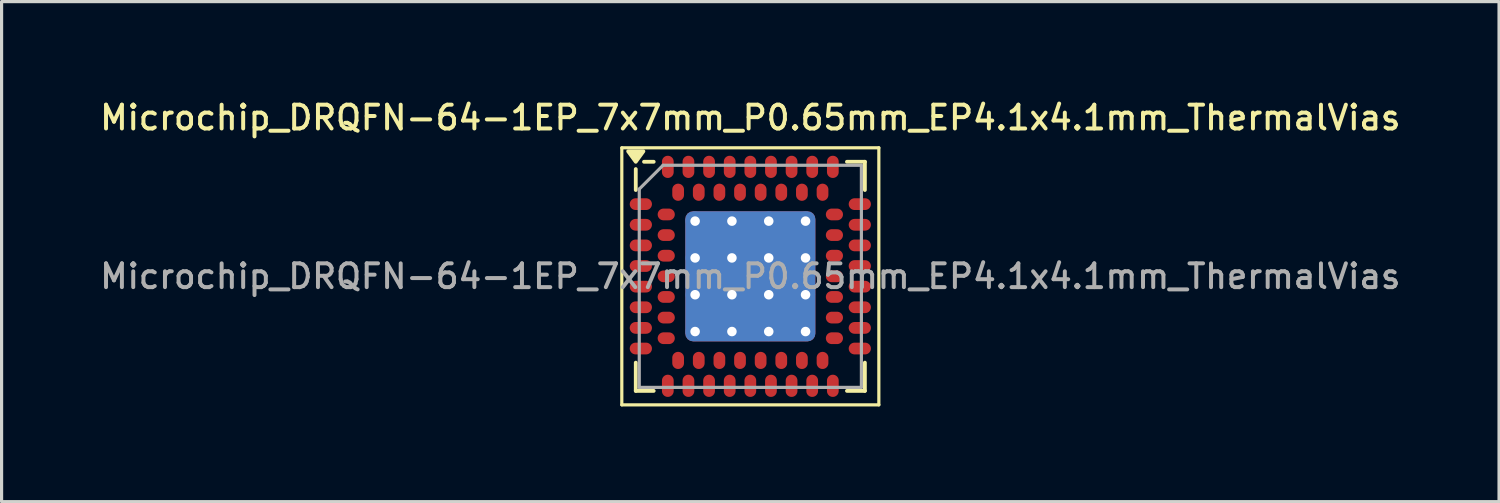
<source format=kicad_pcb>
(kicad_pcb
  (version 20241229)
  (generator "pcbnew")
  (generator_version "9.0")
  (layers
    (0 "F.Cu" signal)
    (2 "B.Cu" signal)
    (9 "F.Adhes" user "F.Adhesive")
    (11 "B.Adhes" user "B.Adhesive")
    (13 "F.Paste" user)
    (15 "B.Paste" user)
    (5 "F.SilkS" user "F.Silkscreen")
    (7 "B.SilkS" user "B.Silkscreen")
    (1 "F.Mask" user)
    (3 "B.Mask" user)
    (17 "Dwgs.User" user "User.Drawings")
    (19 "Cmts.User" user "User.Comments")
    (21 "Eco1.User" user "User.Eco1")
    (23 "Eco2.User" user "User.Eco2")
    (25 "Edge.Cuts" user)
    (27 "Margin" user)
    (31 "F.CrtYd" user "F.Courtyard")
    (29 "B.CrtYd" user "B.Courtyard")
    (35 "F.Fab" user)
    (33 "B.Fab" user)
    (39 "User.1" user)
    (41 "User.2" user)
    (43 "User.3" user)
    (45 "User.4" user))
  (footprint "Microchip_DRQFN-64-1EP_7x7mm_P0.65mm_EP4.1x4.1mm_ThermalVias"
    (layer "F.Cu")
    (at 20.595 5.658)
    (property "Reference" "Microchip_DRQFN-64-1EP_7x7mm_P0.65mm_EP4.1x4.1mm_ThermalVias" (at 0 -5 0) (layer "F.SilkS") (effects (font (size 0.75 0.75) (thickness 0.125))))
    (attr smd)
    (fp_line (start -4.05 -4.05) (end 4.05 -4.05) (stroke (width 0.1) (type solid)) (layer "F.SilkS"))
    (fp_line (start -4.05 4.05) (end -4.05 -4.05) (stroke (width 0.1) (type solid)) (layer "F.SilkS"))
    (fp_line (start -3.61 -3.38) (end -3.61 -2.72) (stroke (width 0.12) (type solid)) (layer "F.SilkS"))
    (fp_line (start -3.61 3.61) (end -3.61 2.72) (stroke (width 0.12) (type solid)) (layer "F.SilkS"))
    (fp_line (start -3.045 -3.61) (end -3.35 -3.61) (stroke (width 0.12) (type solid)) (layer "F.SilkS"))
    (fp_line (start -3.045 3.61) (end -3.61 3.61) (stroke (width 0.12) (type solid)) (layer "F.SilkS"))
    (fp_line (start 3.045 -3.61) (end 3.61 -3.61) (stroke (width 0.12) (type solid)) (layer "F.SilkS"))
    (fp_line (start 3.61 -3.61) (end 3.61 -2.72) (stroke (width 0.12) (type solid)) (layer "F.SilkS"))
    (fp_line (start 3.61 2.72) (end 3.61 3.61) (stroke (width 0.12) (type solid)) (layer "F.SilkS"))
    (fp_line (start 3.61 3.61) (end 3.045 3.61) (stroke (width 0.12) (type solid)) (layer "F.SilkS"))
    (fp_line (start 4.05 -4.05) (end 4.05 4.05) (stroke (width 0.1) (type solid)) (layer "F.SilkS"))
    (fp_line (start 4.05 4.05) (end -4.05 4.05) (stroke (width 0.1) (type solid)) (layer "F.SilkS"))
    (fp_poly (pts (xy -3.61 -3.61) (xy -3.85 -3.94) (xy -3.37 -3.94) (xy -3.61 -3.61)) (stroke (width 0.12) (type solid)) (fill yes) (layer "F.SilkS"))
    (fp_line (start -3.5 -2.75) (end -2.75 -3.5) (stroke (width 0.1) (type solid)) (layer "F.Fab"))
    (fp_line (start -3.5 3.5) (end -3.5 -2.75) (stroke (width 0.1) (type solid)) (layer "F.Fab"))
    (fp_line (start -2.75 -3.5) (end 3.5 -3.5) (stroke (width 0.1) (type solid)) (layer "F.Fab"))
    (fp_line (start 3.5 -3.5) (end 3.5 3.5) (stroke (width 0.1) (type solid)) (layer "F.Fab"))
    (fp_line (start 3.5 3.5) (end -3.5 3.5) (stroke (width 0.1) (type solid)) (layer "F.Fab"))
    (fp_text user "${REFERENCE}" (at 0 0 0) (layer "F.Fab") (effects (font (size 0.75 0.75) (thickness 0.125))))
    (pad "" smd roundrect (at -1.16 -1.16) (size 0.75 0.75) (layers "F.Paste") (roundrect_rratio 0.25))
    (pad "" smd roundrect (at -1.16 0) (size 0.75 0.75) (layers "F.Paste") (roundrect_rratio 0.25))
    (pad "" smd roundrect (at -1.16 1.16) (size 0.75 0.75) (layers "F.Paste") (roundrect_rratio 0.25))
    (pad "" smd roundrect (at 0 -1.16) (size 0.75 0.75) (layers "F.Paste") (roundrect_rratio 0.25))
    (pad "" smd roundrect (at 0 0) (size 0.75 0.75) (layers "F.Paste") (roundrect_rratio 0.25))
    (pad "" smd roundrect (at 0 1.16) (size 0.75 0.75) (layers "F.Paste") (roundrect_rratio 0.25))
    (pad "" smd roundrect (at 1.16 -1.16) (size 0.75 0.75) (layers "F.Paste") (roundrect_rratio 0.25))
    (pad "" smd roundrect (at 1.16 0) (size 0.75 0.75) (layers "F.Paste") (roundrect_rratio 0.25))
    (pad "" smd roundrect (at 1.16 1.16) (size 0.75 0.75) (layers "F.Paste") (roundrect_rratio 0.25))
    (pad "A1" smd oval (at -3.45 -2.275) (size 0.7 0.37) (layers "F.Cu" "F.Mask" "F.Paste"))
    (pad "A2" smd oval (at -3.45 -1.625) (size 0.7 0.37) (layers "F.Cu" "F.Mask" "F.Paste"))
    (pad "A3" smd oval (at -3.45 -0.975) (size 0.7 0.37) (layers "F.Cu" "F.Mask" "F.Paste"))
    (pad "A4" smd oval (at -3.45 -0.325) (size 0.7 0.37) (layers "F.Cu" "F.Mask" "F.Paste"))
    (pad "A5" smd oval (at -3.45 0.325) (size 0.7 0.37) (layers "F.Cu" "F.Mask" "F.Paste"))
    (pad "A6" smd oval (at -3.45 0.975) (size 0.7 0.37) (layers "F.Cu" "F.Mask" "F.Paste"))
    (pad "A7" smd oval (at -3.45 1.625) (size 0.7 0.37) (layers "F.Cu" "F.Mask" "F.Paste"))
    (pad "A8" smd oval (at -3.45 2.275) (size 0.7 0.37) (layers "F.Cu" "F.Mask" "F.Paste"))
    (pad "A9" smd oval (at -2.6 3.45) (size 0.37 0.7) (layers "F.Cu" "F.Mask" "F.Paste"))
    (pad "A10" smd oval (at -1.95 3.45) (size 0.37 0.7) (layers "F.Cu" "F.Mask" "F.Paste"))
    (pad "A11" smd oval (at -1.3 3.45) (size 0.37 0.7) (layers "F.Cu" "F.Mask" "F.Paste"))
    (pad "A12" smd oval (at -0.65 3.45) (size 0.37 0.7) (layers "F.Cu" "F.Mask" "F.Paste"))
    (pad "A13" smd oval (at 0 3.45) (size 0.37 0.7) (layers "F.Cu" "F.Mask" "F.Paste"))
    (pad "A14" smd oval (at 0.65 3.45) (size 0.37 0.7) (layers "F.Cu" "F.Mask" "F.Paste"))
    (pad "A15" smd oval (at 1.3 3.45) (size 0.37 0.7) (layers "F.Cu" "F.Mask" "F.Paste"))
    (pad "A16" smd oval (at 1.95 3.45) (size 0.37 0.7) (layers "F.Cu" "F.Mask" "F.Paste"))
    (pad "A17" smd oval (at 2.6 3.45) (size 0.37 0.7) (layers "F.Cu" "F.Mask" "F.Paste"))
    (pad "A18" smd oval (at 3.45 2.275) (size 0.7 0.37) (layers "F.Cu" "F.Mask" "F.Paste"))
    (pad "A19" smd oval (at 3.45 1.625) (size 0.7 0.37) (layers "F.Cu" "F.Mask" "F.Paste"))
    (pad "A20" smd oval (at 3.45 0.975) (size 0.7 0.37) (layers "F.Cu" "F.Mask" "F.Paste"))
    (pad "A21" smd oval (at 3.45 0.325) (size 0.7 0.37) (layers "F.Cu" "F.Mask" "F.Paste"))
    (pad "A22" smd oval (at 3.45 -0.325) (size 0.7 0.37) (layers "F.Cu" "F.Mask" "F.Paste"))
    (pad "A23" smd oval (at 3.45 -0.975) (size 0.7 0.37) (layers "F.Cu" "F.Mask" "F.Paste"))
    (pad "A24" smd oval (at 3.45 -1.625) (size 0.7 0.37) (layers "F.Cu" "F.Mask" "F.Paste"))
    (pad "A25" smd oval (at 3.45 -2.275) (size 0.7 0.37) (layers "F.Cu" "F.Mask" "F.Paste"))
    (pad "A26" smd oval (at 2.6 -3.45) (size 0.37 0.7) (layers "F.Cu" "F.Mask" "F.Paste"))
    (pad "A27" smd oval (at 1.95 -3.45) (size 0.37 0.7) (layers "F.Cu" "F.Mask" "F.Paste"))
    (pad "A28" smd oval (at 1.3 -3.45) (size 0.37 0.7) (layers "F.Cu" "F.Mask" "F.Paste"))
    (pad "A29" smd oval (at 0.65 -3.45) (size 0.37 0.7) (layers "F.Cu" "F.Mask" "F.Paste"))
    (pad "A30" smd oval (at 0 -3.45) (size 0.37 0.7) (layers "F.Cu" "F.Mask" "F.Paste"))
    (pad "A31" smd oval (at -0.65 -3.45) (size 0.37 0.7) (layers "F.Cu" "F.Mask" "F.Paste"))
    (pad "A32" smd oval (at -1.3 -3.45) (size 0.37 0.7) (layers "F.Cu" "F.Mask" "F.Paste"))
    (pad "A33" smd oval (at -1.95 -3.45) (size 0.37 0.7) (layers "F.Cu" "F.Mask" "F.Paste"))
    (pad "A34" smd oval (at -2.6 -3.45) (size 0.37 0.7) (layers "F.Cu" "F.Mask" "F.Paste"))
    (pad "B1" smd oval (at -2.65 -1.95) (size 0.54 0.37) (layers "F.Cu" "F.Mask" "F.Paste"))
    (pad "B2" smd oval (at -2.65 -1.3) (size 0.54 0.37) (layers "F.Cu" "F.Mask" "F.Paste"))
    (pad "B3" smd oval (at -2.65 -0.65) (size 0.54 0.37) (layers "F.Cu" "F.Mask" "F.Paste"))
    (pad "B4" smd oval (at -2.65 0) (size 0.54 0.37) (layers "F.Cu" "F.Mask" "F.Paste"))
    (pad "B5" smd oval (at -2.65 0.65) (size 0.54 0.37) (layers "F.Cu" "F.Mask" "F.Paste"))
    (pad "B6" smd oval (at -2.65 1.3) (size 0.54 0.37) (layers "F.Cu" "F.Mask" "F.Paste"))
    (pad "B7" smd oval (at -2.65 1.95) (size 0.54 0.37) (layers "F.Cu" "F.Mask" "F.Paste"))
    (pad "B8" smd oval (at -2.275 2.65) (size 0.37 0.54) (layers "F.Cu" "F.Mask" "F.Paste"))
    (pad "B9" smd oval (at -1.625 2.65) (size 0.37 0.54) (layers "F.Cu" "F.Mask" "F.Paste"))
    (pad "B10" smd oval (at -0.975 2.65) (size 0.37 0.54) (layers "F.Cu" "F.Mask" "F.Paste"))
    (pad "B11" smd oval (at -0.325 2.65) (size 0.37 0.54) (layers "F.Cu" "F.Mask" "F.Paste"))
    (pad "B12" smd oval (at 0.325 2.65) (size 0.37 0.54) (layers "F.Cu" "F.Mask" "F.Paste"))
    (pad "B13" smd oval (at 0.975 2.65) (size 0.37 0.54) (layers "F.Cu" "F.Mask" "F.Paste"))
    (pad "B14" smd oval (at 1.625 2.65) (size 0.37 0.54) (layers "F.Cu" "F.Mask" "F.Paste"))
    (pad "B15" smd oval (at 2.275 2.65) (size 0.37 0.54) (layers "F.Cu" "F.Mask" "F.Paste"))
    (pad "B16" smd oval (at 2.65 1.95) (size 0.54 0.37) (layers "F.Cu" "F.Mask" "F.Paste"))
    (pad "B17" smd oval (at 2.65 1.3) (size 0.54 0.37) (layers "F.Cu" "F.Mask" "F.Paste"))
    (pad "B18" smd oval (at 2.65 0.65) (size 0.54 0.37) (layers "F.Cu" "F.Mask" "F.Paste"))
    (pad "B19" smd oval (at 2.65 0) (size 0.54 0.37) (layers "F.Cu" "F.Mask" "F.Paste"))
    (pad "B20" smd oval (at 2.65 -0.65) (size 0.54 0.37) (layers "F.Cu" "F.Mask" "F.Paste"))
    (pad "B21" smd oval (at 2.65 -1.3) (size 0.54 0.37) (layers "F.Cu" "F.Mask" "F.Paste"))
    (pad "B22" smd oval (at 2.65 -1.95) (size 0.54 0.37) (layers "F.Cu" "F.Mask" "F.Paste"))
    (pad "B23" smd oval (at 2.275 -2.65) (size 0.37 0.54) (layers "F.Cu" "F.Mask" "F.Paste"))
    (pad "B24" smd oval (at 1.625 -2.65) (size 0.37 0.54) (layers "F.Cu" "F.Mask" "F.Paste"))
    (pad "B25" smd oval (at 0.975 -2.65) (size 0.37 0.54) (layers "F.Cu" "F.Mask" "F.Paste"))
    (pad "B26" smd oval (at 0.325 -2.65) (size 0.37 0.54) (layers "F.Cu" "F.Mask" "F.Paste"))
    (pad "B27" smd oval (at -0.325 -2.65) (size 0.37 0.54) (layers "F.Cu" "F.Mask" "F.Paste"))
    (pad "B28" smd oval (at -0.975 -2.65) (size 0.37 0.54) (layers "F.Cu" "F.Mask" "F.Paste"))
    (pad "B29" smd oval (at -1.625 -2.65) (size 0.37 0.54) (layers "F.Cu" "F.Mask" "F.Paste"))
    (pad "B30" smd oval (at -2.275 -2.65) (size 0.37 0.54) (layers "F.Cu" "F.Mask" "F.Paste"))
    (pad "EP" thru_hole circle (at -1.74 -1.74) (size 0.6 0.6) (drill 0.3) (layers "*.Cu"))
    (pad "EP" thru_hole circle (at -1.74 -0.58) (size 0.6 0.6) (drill 0.3) (layers "*.Cu"))
    (pad "EP" thru_hole circle (at -1.74 0.58) (size 0.6 0.6) (drill 0.3) (layers "*.Cu"))
    (pad "EP" thru_hole circle (at -1.74 1.74) (size 0.6 0.6) (drill 0.3) (layers "*.Cu"))
    (pad "EP" thru_hole circle (at -0.58 -1.74) (size 0.6 0.6) (drill 0.3) (layers "*.Cu"))
    (pad "EP" thru_hole circle (at -0.58 -0.58) (size 0.6 0.6) (drill 0.3) (layers "*.Cu"))
    (pad "EP" thru_hole circle (at -0.58 0.58) (size 0.6 0.6) (drill 0.3) (layers "*.Cu"))
    (pad "EP" thru_hole circle (at -0.58 1.74) (size 0.6 0.6) (drill 0.3) (layers "*.Cu"))
    (pad "EP" smd roundrect (at 0 0) (size 4.1 4.1) (layers "F.Cu" "F.Mask") (roundrect_rratio 0.06))
    (pad "EP" smd roundrect (at 0 0) (size 4.1 4.1) (layers "B.Cu") (roundrect_rratio 0.06))
    (pad "EP" thru_hole circle (at 0.58 -1.74) (size 0.6 0.6) (drill 0.3) (layers "*.Cu"))
    (pad "EP" thru_hole circle (at 0.58 -0.58) (size 0.6 0.6) (drill 0.3) (layers "*.Cu"))
    (pad "EP" thru_hole circle (at 0.58 0.58) (size 0.6 0.6) (drill 0.3) (layers "*.Cu"))
    (pad "EP" thru_hole circle (at 0.58 1.74) (size 0.6 0.6) (drill 0.3) (layers "*.Cu"))
    (pad "EP" thru_hole circle (at 1.74 -1.74) (size 0.6 0.6) (drill 0.3) (layers "*.Cu"))
    (pad "EP" thru_hole circle (at 1.74 -0.58) (size 0.6 0.6) (drill 0.3) (layers "*.Cu"))
    (pad "EP" thru_hole circle (at 1.74 0.58) (size 0.6 0.6) (drill 0.3) (layers "*.Cu"))
    (pad "EP" thru_hole circle (at 1.74 1.74) (size 0.6 0.6) (drill 0.3) (layers "*.Cu")))
  (gr_rect
    (start -3 -3)
    (end 44.189 12.758)
    (stroke (width 0.1) (type default))
    (fill no)
    (layer "Edge.Cuts")))
</source>
